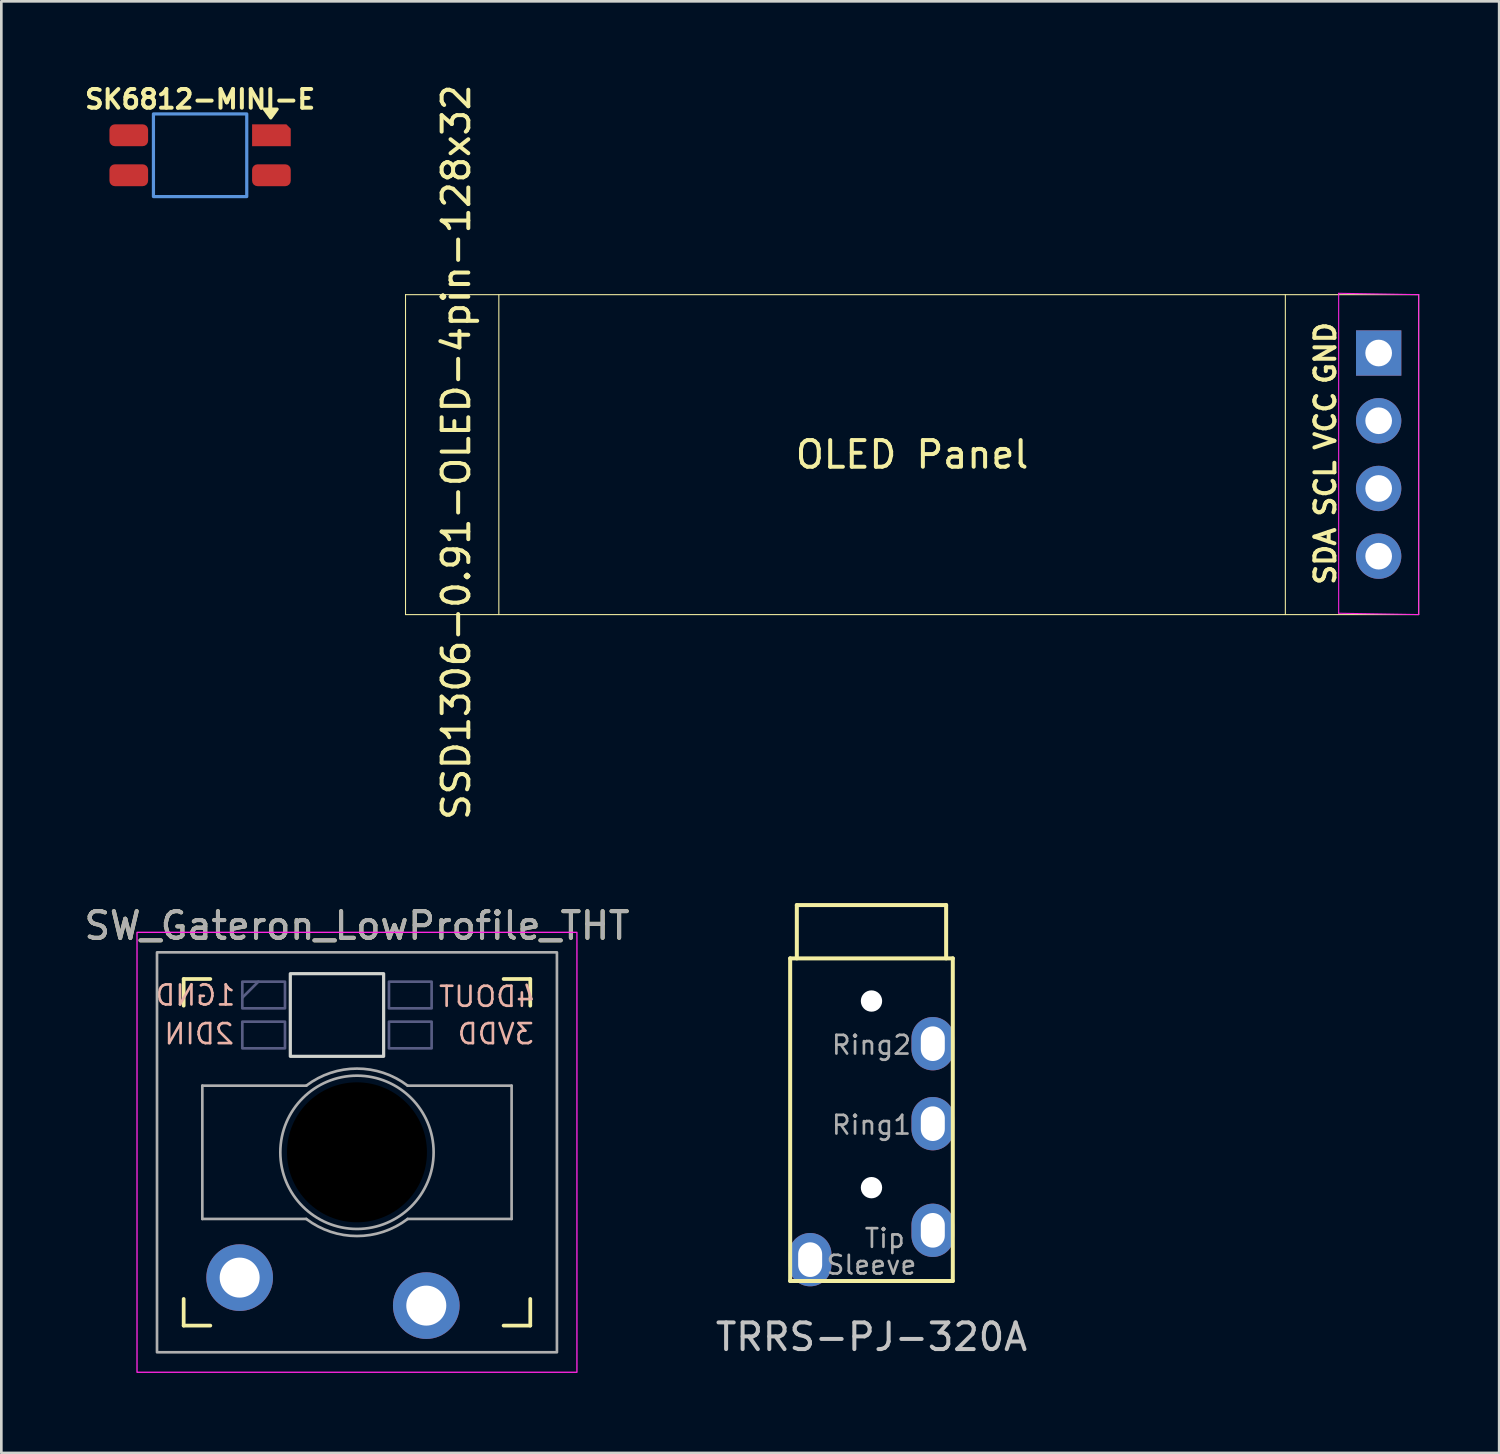
<source format=kicad_pcb>
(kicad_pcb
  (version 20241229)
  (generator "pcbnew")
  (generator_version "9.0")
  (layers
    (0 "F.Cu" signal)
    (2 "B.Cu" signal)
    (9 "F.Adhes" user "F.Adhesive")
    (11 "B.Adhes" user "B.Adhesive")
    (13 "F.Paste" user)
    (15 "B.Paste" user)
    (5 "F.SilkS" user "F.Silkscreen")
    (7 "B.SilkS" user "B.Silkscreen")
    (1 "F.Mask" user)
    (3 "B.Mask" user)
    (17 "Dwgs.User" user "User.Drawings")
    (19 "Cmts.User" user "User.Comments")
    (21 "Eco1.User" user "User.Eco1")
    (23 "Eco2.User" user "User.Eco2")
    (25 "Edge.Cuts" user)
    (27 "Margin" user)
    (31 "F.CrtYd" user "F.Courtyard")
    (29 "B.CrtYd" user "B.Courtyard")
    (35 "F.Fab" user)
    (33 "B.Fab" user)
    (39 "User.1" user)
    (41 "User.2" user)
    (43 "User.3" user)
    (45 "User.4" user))
  (footprint "SSD1306-0.91-OLED-4pin-128x32"
    (layer "F.Cu")
    (at 12.16 8.001)
    (property "Reference" "SSD1306-0.91-OLED-4pin-128x32" (at 1.9 5.91 90) (layer "F.SilkS") (effects (font (size 1 1) (thickness 0.15))))
    (attr through_hole)
    (fp_line (start 0 0) (end 0 12) (stroke (width 0.04) (type solid)) (layer "F.SilkS"))
    (fp_line (start 0 12) (end 38 12) (stroke (width 0.04) (type solid)) (layer "F.SilkS"))
    (fp_line (start 3.5 0) (end 3.5 12) (stroke (width 0.04) (type solid)) (layer "F.SilkS"))
    (fp_line (start 33 0) (end 33 12) (stroke (width 0.04) (type solid)) (layer "F.SilkS"))
    (fp_line (start 38 0) (end 0 0) (stroke (width 0.04) (type solid)) (layer "F.SilkS"))
    (fp_line (start 38 12) (end 38 0) (stroke (width 0.04) (type solid)) (layer "F.SilkS"))
    (fp_line (start 35 -0.05) (end 35 11.95) (stroke (width 0.04) (type solid)) (layer "F.CrtYd"))
    (fp_line (start 35 11.95) (end 38 12) (stroke (width 0.04) (type solid)) (layer "F.CrtYd"))
    (fp_line (start 38 0) (end 35 -0.05) (stroke (width 0.04) (type solid)) (layer "F.CrtYd"))
    (fp_line (start 38 12) (end 38 0) (stroke (width 0.04) (type solid)) (layer "F.CrtYd"))
    (fp_text user "SCL" (at 34.5 7.27 270) (layer "F.SilkS") (effects (font (size 0.75 0.75) (thickness 0.15))))
    (fp_text user "SDA" (at 34.5 9.81 270) (layer "F.SilkS") (effects (font (size 0.75 0.75) (thickness 0.15))))
    (fp_text user "GND" (at 34.5 2.19 270) (layer "F.SilkS") (effects (font (size 0.75 0.75) (thickness 0.15))))
    (fp_text user "VCC" (at 34.5 4.73 270) (layer "F.SilkS") (effects (font (size 0.75 0.75) (thickness 0.15))))
    (fp_text user "OLED Panel" (at 19 6 0) (layer "F.SilkS") (effects (font (size 1 1) (thickness 0.15))))
    (pad "1" thru_hole rect (at 36.5 2.19) (size 1.7 1.7) (drill 1) (layers "*.Cu" "*.Mask"))
    (pad "2" thru_hole oval (at 36.5 4.73) (size 1.7 1.7) (drill 1) (layers "*.Cu" "*.Mask"))
    (pad "3" thru_hole oval (at 36.5 7.27) (size 1.7 1.7) (drill 1) (layers "*.Cu" "*.Mask"))
    (pad "4" thru_hole oval (at 36.5 9.81) (size 1.7 1.7) (drill 1) (layers "*.Cu" "*.Mask")))
  (footprint "SK6812-MINI-E"
    (layer "F.Cu")
    (at 4.455 2.773)
    (property "Reference" "SK6812-MINI-E" (at 0 -2.1 0) (unlocked yes) (layer "F.SilkS") (effects (font (size 0.7 0.7) (thickness 0.15))))
    (attr smd)
    (fp_poly (pts (xy 2.65 -1.4) (xy 2.41 -1.73) (xy 2.89 -1.73) (xy 2.65 -1.4)) (stroke (width 0.12) (type solid)) (fill yes) (layer "F.SilkS"))
    (fp_rect (start -1.75 -1.55) (end 1.75 1.55) (stroke (width 0.12) (type solid)) (fill no) (layer "Cmts.User"))
    (pad "1" smd roundrect (at 2.675 -0.75) (size 1.45 0.82) (layers "F.Cu" "F.Mask" "F.Paste") (roundrect_rratio 0) (chamfer_ratio 0.2) (chamfer top_right))
    (pad "2" smd roundrect (at 2.675 0.75) (size 1.45 0.82) (layers "F.Cu" "F.Mask" "F.Paste") (roundrect_rratio 0.25))
    (pad "3" smd roundrect (at -2.675 0.75) (size 1.45 0.82) (layers "F.Cu" "F.Mask" "F.Paste") (roundrect_rratio 0.25))
    (pad "4" smd roundrect (at -2.675 -0.75) (size 1.45 0.82) (layers "F.Cu" "F.Mask" "F.Paste") (roundrect_rratio 0.25)))
  (footprint "TRRS-PJ-320A"
    (layer "F.Cu")
    (at 29.637 32.896)
    (property "Reference" "TRRS-PJ-320A" (at 0 14.2 0) (layer "Dwgs.User") (effects (font (size 1 1) (thickness 0.15))))
    (attr through_hole)
    (fp_line (start -3.05 0) (end -3.05 12.1) (stroke (width 0.15) (type solid)) (layer "F.SilkS"))
    (fp_line (start -2.8 0) (end -2.8 -2) (stroke (width 0.15) (type solid)) (layer "F.SilkS"))
    (fp_line (start 2.8 -2) (end -2.8 -2) (stroke (width 0.15) (type solid)) (layer "F.SilkS"))
    (fp_line (start 2.8 0) (end 2.8 -2) (stroke (width 0.15) (type solid)) (layer "F.SilkS"))
    (fp_line (start 3.05 0) (end -3.05 0) (stroke (width 0.15) (type solid)) (layer "F.SilkS"))
    (fp_line (start 3.05 0) (end 3.05 12.1) (stroke (width 0.15) (type solid)) (layer "F.SilkS"))
    (fp_line (start 3.05 12.1) (end -3.05 12.1) (stroke (width 0.15) (type solid)) (layer "F.SilkS"))
    (fp_text user "Ring2" (at 0 3.25 0) (layer "F.Fab") (effects (font (size 0.7 0.7) (thickness 0.1))))
    (fp_text user "Sleeve" (at 0 11.5 0) (layer "F.Fab") (effects (font (size 0.7 0.7) (thickness 0.1))))
    (fp_text user "Tip" (at 0.5 10.5 0) (layer "F.Fab") (effects (font (size 0.7 0.7) (thickness 0.1))))
    (fp_text user "Ring1" (at 0 6.25 0) (layer "F.Fab") (effects (font (size 0.7 0.7) (thickness 0.1))))
    (pad "" np_thru_hole circle (at 0 1.6) (size 0.8 0.8) (drill 0.8) (layers "*.Cu" "*.Mask"))
    (pad "" np_thru_hole circle (at 0 8.6) (size 0.8 0.8) (drill 0.8) (layers "*.Cu" "*.Mask"))
    (pad "R1" thru_hole oval (at 2.3 6.2) (size 1.6 2) (drill oval 0.9 1.3) (layers "*.Cu" "*.Mask"))
    (pad "R2" thru_hole oval (at 2.3 3.2) (size 1.6 2) (drill oval 0.9 1.3) (layers "*.Cu" "*.Mask"))
    (pad "S" thru_hole oval (at -2.3 11.3) (size 1.6 2) (drill oval 0.9 1.3) (layers "*.Cu" "*.Mask"))
    (pad "T" thru_hole oval (at 2.3 10.2) (size 1.6 2) (drill oval 0.9 1.3) (layers "*.Cu" "*.Mask")))
  (footprint "SW_Gateron_LowProfile_THT"
    (layer "F.Cu")
    (at 10.339 40.17)
    (property "Reference" "SW_Gateron_LowProfile_THT" (at 0 -8.5 0) (unlocked yes) (layer "F.SilkS") (effects (font (size 1 1) (thickness 0.15))))
    (attr through_hole)
    (fp_line (start -6.5 -5.5) (end -6.5 -6.5) (stroke (width 0.14) (type solid)) (layer "F.SilkS"))
    (fp_line (start -6.5 6.5) (end -6.5 5.5) (stroke (width 0.14) (type solid)) (layer "F.SilkS"))
    (fp_line (start -6.5 6.5) (end -5.5 6.5) (stroke (width 0.14) (type solid)) (layer "F.SilkS"))
    (fp_line (start -5.5 -6.5) (end -6.5 -6.5) (stroke (width 0.14) (type solid)) (layer "F.SilkS"))
    (fp_line (start 5.5 6.5) (end 6.5 6.5) (stroke (width 0.14) (type solid)) (layer "F.SilkS"))
    (fp_line (start 6.5 -6.5) (end 5.5 -6.5) (stroke (width 0.14) (type solid)) (layer "F.SilkS"))
    (fp_line (start 6.5 -6.5) (end 6.5 -5.5) (stroke (width 0.14) (type solid)) (layer "F.SilkS"))
    (fp_line (start 6.5 5.5) (end 6.5 6.5) (stroke (width 0.14) (type solid)) (layer "F.SilkS"))
    (fp_rect (start -2.5 -6.7) (end 1 -3.6) (stroke (width 0.12) (type solid)) (fill no) (layer "Edge.Cuts"))
    (fp_rect (start -8.25 8.25) (end 8.25 -8.25) (stroke (width 0.05) (type solid)) (fill no) (layer "F.CrtYd"))
    (fp_line (start -4.3 -5.8) (end -3.7 -6.4) (stroke (width 0.1) (type default)) (layer "B.Fab"))
    (fp_rect (start -4.3 -6.4) (end -2.7 -5.4) (stroke (width 0.1) (type default)) (fill no) (layer "B.Fab"))
    (fp_rect (start -4.3 -4.9) (end -2.7 -3.9) (stroke (width 0.1) (type default)) (fill no) (layer "B.Fab"))
    (fp_rect (start 1.2 -6.4) (end 2.8 -5.4) (stroke (width 0.1) (type default)) (fill no) (layer "B.Fab"))
    (fp_rect (start 1.2 -4.9) (end 2.8 -3.9) (stroke (width 0.1) (type default)) (fill no) (layer "B.Fab"))
    (fp_line (start -5.8 -2.5) (end -1.9 -2.5) (stroke (width 0.1) (type default)) (layer "F.Fab"))
    (fp_line (start -5.8 2.5) (end -5.8 -2.5) (stroke (width 0.1) (type default)) (layer "F.Fab"))
    (fp_line (start -1.9 2.5) (end -5.8 2.5) (stroke (width 0.1) (type default)) (layer "F.Fab"))
    (fp_line (start 1.9 -2.5) (end 5.8 -2.5) (stroke (width 0.1) (type default)) (layer "F.Fab"))
    (fp_line (start 5.8 -2.5) (end 5.8 2.5) (stroke (width 0.1) (type default)) (layer "F.Fab"))
    (fp_line (start 5.8 2.5) (end 1.9 2.5) (stroke (width 0.1) (type default)) (layer "F.Fab"))
    (fp_rect (start -7.5 7.5) (end 7.5 -7.5) (stroke (width 0.1) (type solid)) (fill no) (layer "F.Fab"))
    (fp_arc (start -1.9 -2.499999) (mid 0 -3.140063) (end 1.9 -2.499999) (stroke (width 0.1) (type default)) (layer "F.Fab"))
    (fp_arc (start 1.9 2.499999) (mid 0 3.140063) (end -1.9 2.499999) (stroke (width 0.1) (type default)) (layer "F.Fab"))
    (fp_circle (center 0 0) (end 2.875 0) (stroke (width 0.1) (type default)) (fill no) (layer "F.Fab"))
    (fp_poly (pts (xy -2.05 -0.64) (xy -0.6 -0.64) (xy -0.6 -2) (xy 0.5 -2) (xy 0.5 -0.64) (xy 1.95 -0.64) (xy 1.95 0.64) (xy 0.5 0.64) (xy 0.5 2) (xy -0.6 2) (xy -0.6 0.64) (xy -2.05 0.64)) (stroke (width 0.1) (type solid)) (fill no) (layer "F.Fab"))
    (fp_text user "3VDD" (at 6.7 -4 0) (unlocked yes) (layer "B.SilkS") (effects (font (size 0.75 0.75) (thickness 0.1)) (justify left bottom mirror)))
    (fp_text user "4DOUT" (at 6.75 -5.4 0) (unlocked yes) (layer "B.SilkS") (effects (font (size 0.75 0.75) (thickness 0.1)) (justify left bottom mirror)))
    (fp_text user "2DIN" (at -4.55 -4 0) (unlocked yes) (layer "B.SilkS") (effects (font (size 0.75 0.75) (thickness 0.1)) (justify left bottom mirror)))
    (fp_text user "1GND" (at -4.5 -5.45 0) (unlocked yes) (layer "B.SilkS") (effects (font (size 0.75 0.75) (thickness 0.1)) (justify left bottom mirror)))
    (fp_text user "${REFERENCE}" (at 0 -8.5 0) (unlocked yes) (layer "F.Fab") (effects (font (size 1 1) (thickness 0.15))))
    (pad "" np_thru_hole circle (at 0 0 180) (size 5.25 5.25) (drill 5.25) (layers "*.Mask"))
    (pad "1" thru_hole circle (at -4.4 4.7 180) (size 2.5 2.5) (drill 1.5) (layers "*.Cu" "B.Mask"))
    (pad "2" thru_hole circle (at 2.6 5.75 180) (size 2.5 2.5) (drill 1.5) (layers "*.Cu" "B.Mask")))
  (gr_rect
    (start -3 -3)
    (end 53.18 51.445)
    (stroke (width 0.1) (type default))
    (fill no)
    (layer "Edge.Cuts")))
</source>
